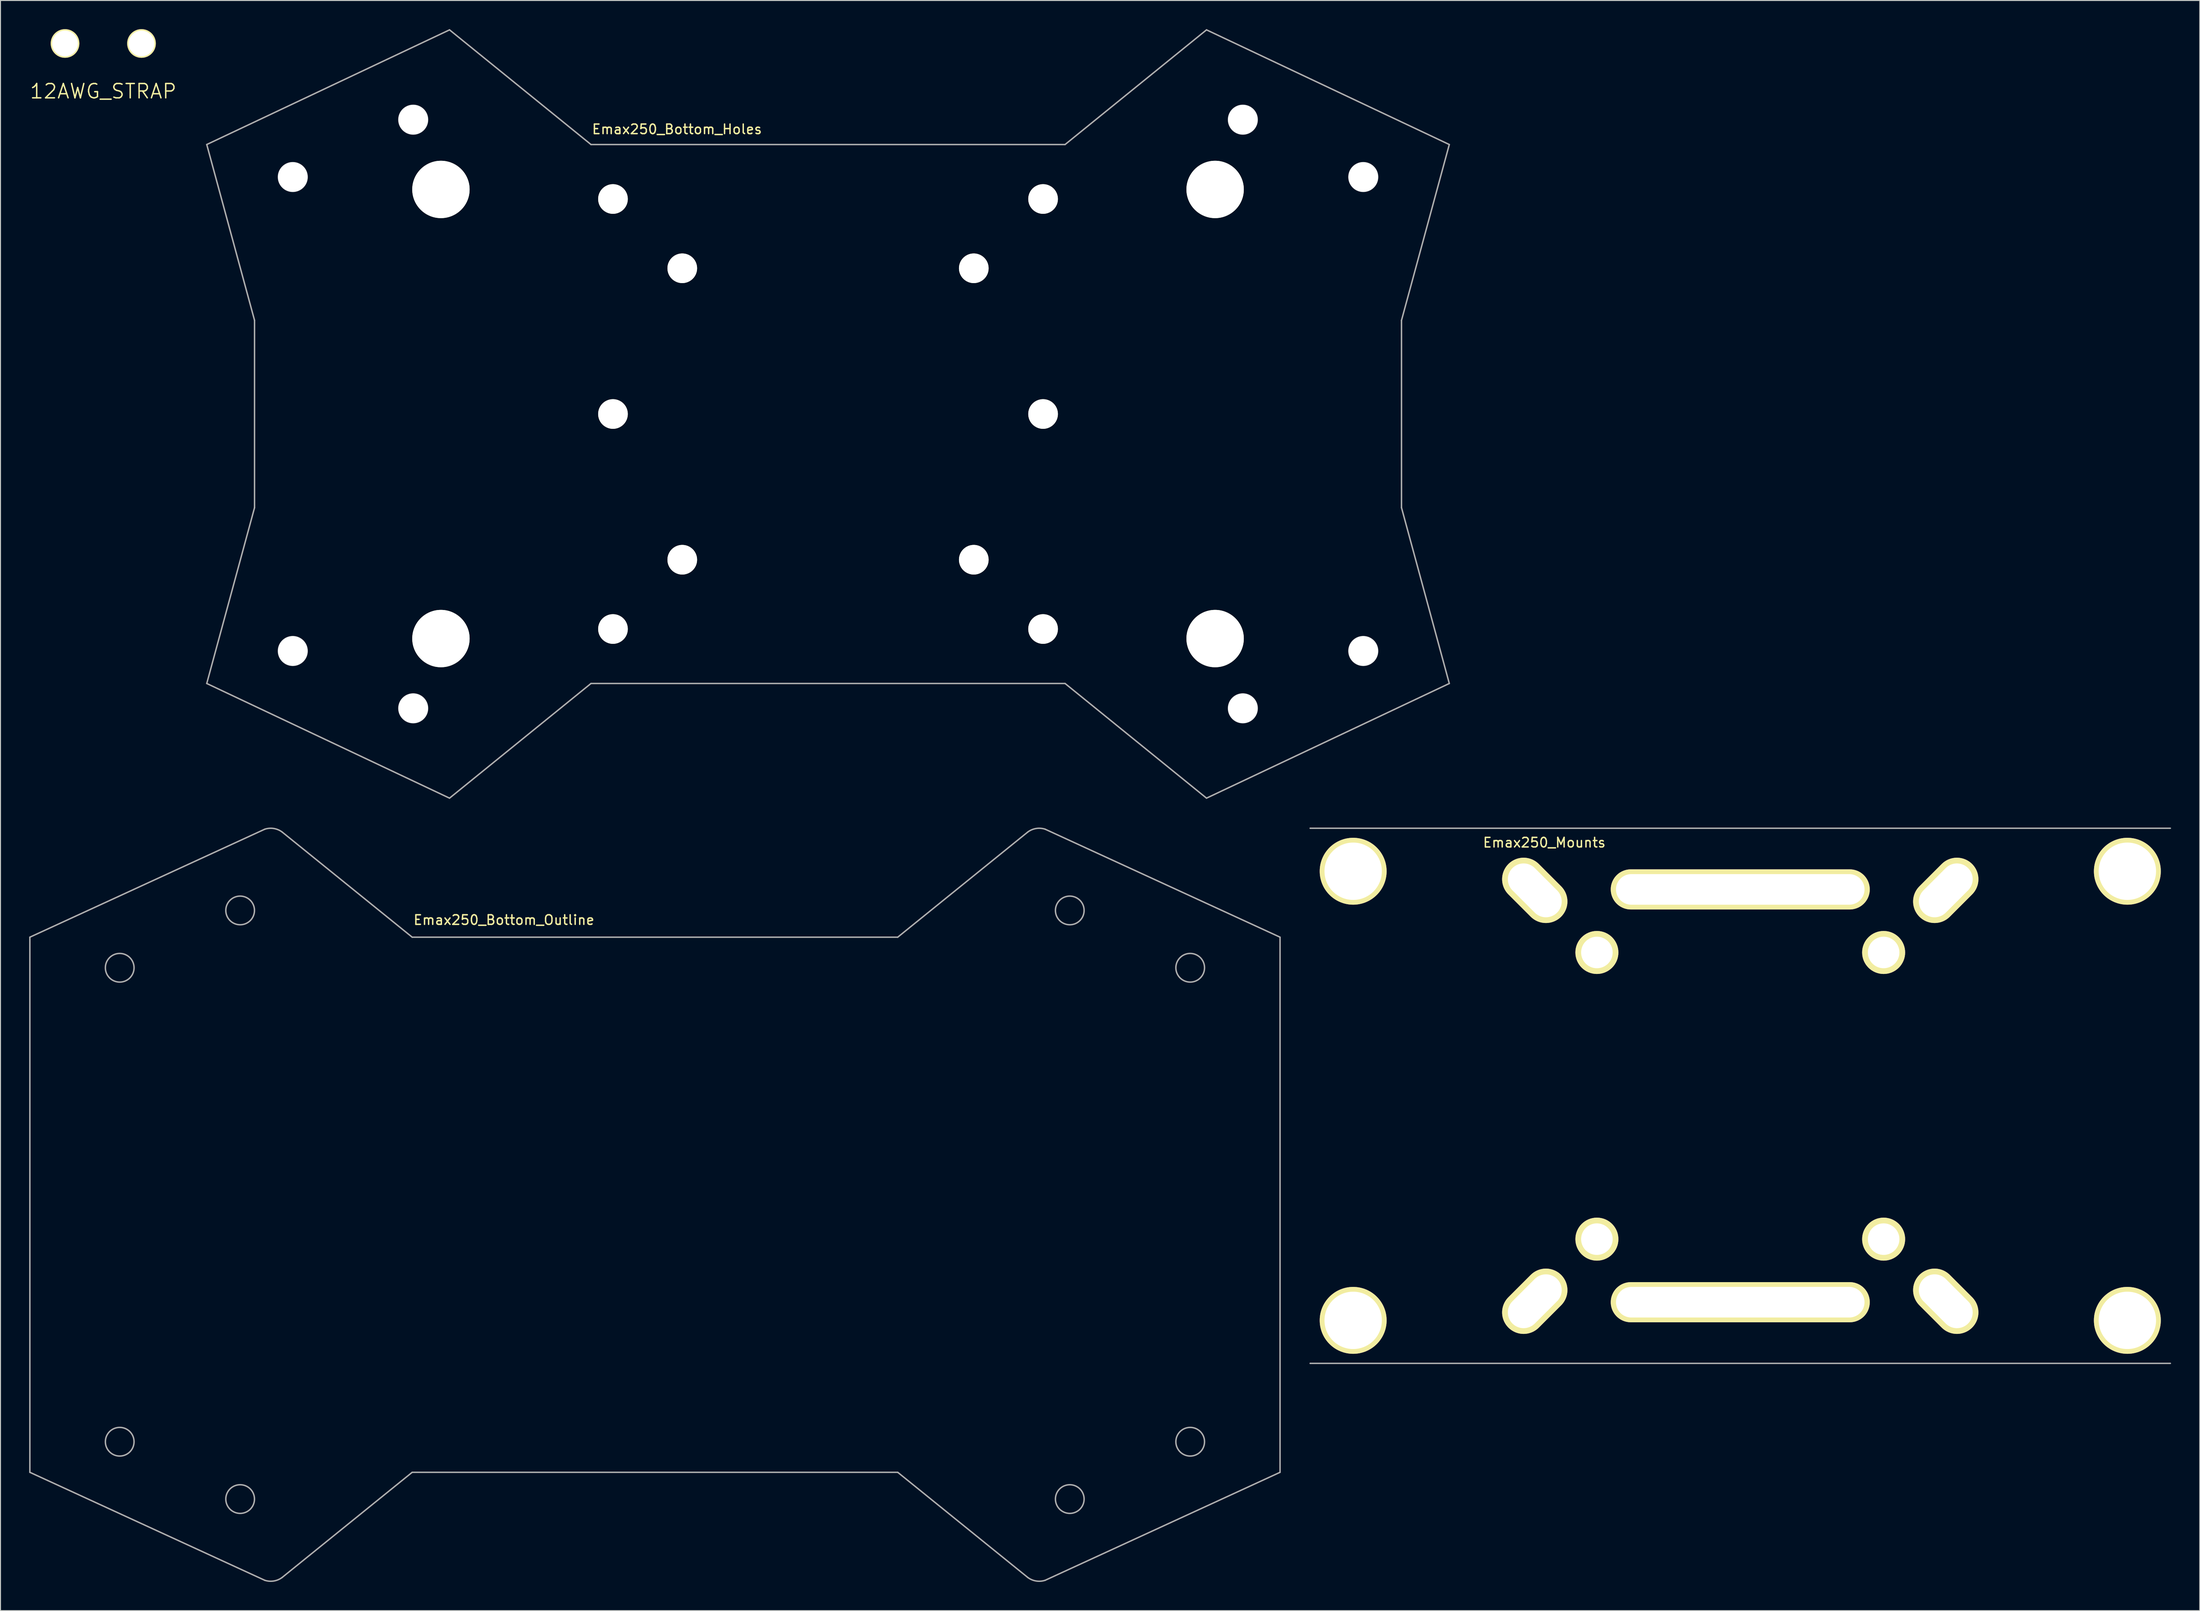
<source format=kicad_pcb>
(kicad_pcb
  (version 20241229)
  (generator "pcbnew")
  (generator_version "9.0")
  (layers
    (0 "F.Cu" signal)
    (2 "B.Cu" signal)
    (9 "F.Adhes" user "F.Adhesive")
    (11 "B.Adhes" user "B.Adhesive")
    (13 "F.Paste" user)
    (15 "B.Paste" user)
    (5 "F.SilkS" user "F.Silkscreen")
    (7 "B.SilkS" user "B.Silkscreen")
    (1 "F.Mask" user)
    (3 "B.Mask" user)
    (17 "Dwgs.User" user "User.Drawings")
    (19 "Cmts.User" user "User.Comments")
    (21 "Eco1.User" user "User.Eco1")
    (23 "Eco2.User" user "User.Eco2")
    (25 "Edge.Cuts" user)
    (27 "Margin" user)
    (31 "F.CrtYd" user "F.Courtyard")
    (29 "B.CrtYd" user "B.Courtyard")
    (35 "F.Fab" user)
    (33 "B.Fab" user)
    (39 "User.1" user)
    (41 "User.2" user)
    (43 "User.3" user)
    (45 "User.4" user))
  (footprint "Emax250_Bottom_Holes"
    (layer "F.Cu")
    (at 83.582 40.275)
    (property "Reference" "Emax250_Bottom_Holes" (at -15.8 -29.8 0) (layer "F.SilkS") (effects (font (size 1 1) (thickness 0.15))))
    (attr through_hole)
    (fp_line (start -65 -28.2) (end -60 -9.8) (stroke (width 0.15) (type solid)) (layer "F.Fab"))
    (fp_line (start -65 -28.2) (end -39.6 -40.2) (stroke (width 0.15) (type solid)) (layer "F.Fab"))
    (fp_line (start -65 28.2) (end -60 9.8) (stroke (width 0.15) (type solid)) (layer "F.Fab"))
    (fp_line (start -65 28.2) (end -39.6 40.2) (stroke (width 0.15) (type solid)) (layer "F.Fab"))
    (fp_line (start -60 -9.8) (end -60 9.8) (stroke (width 0.15) (type solid)) (layer "F.Fab"))
    (fp_line (start -24.8 -28.2) (end -39.6 -40.2) (stroke (width 0.15) (type solid)) (layer "F.Fab"))
    (fp_line (start -24.8 28.2) (end -39.6 40.2) (stroke (width 0.15) (type solid)) (layer "F.Fab"))
    (fp_line (start 24.8 -28.2) (end -24.8 -28.2) (stroke (width 0.15) (type solid)) (layer "F.Fab"))
    (fp_line (start 24.8 -28.2) (end 39.6 -40.2) (stroke (width 0.15) (type solid)) (layer "F.Fab"))
    (fp_line (start 24.8 28.2) (end -24.8 28.2) (stroke (width 0.15) (type solid)) (layer "F.Fab"))
    (fp_line (start 24.8 28.2) (end 39.6 40.2) (stroke (width 0.15) (type solid)) (layer "F.Fab"))
    (fp_line (start 60 -9.8) (end 60 9.8) (stroke (width 0.15) (type solid)) (layer "F.Fab"))
    (fp_line (start 65 -28.2) (end 39.6 -40.2) (stroke (width 0.15) (type solid)) (layer "F.Fab"))
    (fp_line (start 65 -28.2) (end 60 -9.8) (stroke (width 0.15) (type solid)) (layer "F.Fab"))
    (fp_line (start 65 28.2) (end 39.6 40.2) (stroke (width 0.15) (type solid)) (layer "F.Fab"))
    (fp_line (start 65 28.2) (end 60 9.8) (stroke (width 0.15) (type solid)) (layer "F.Fab"))
    (fp_circle (center -56 -24.8) (end -57.5 -24.8) (stroke (width 0.15) (type solid)) (fill no) (layer "F.Fab"))
    (fp_circle (center -56 24.8) (end -57.5 24.8) (stroke (width 0.15) (type solid)) (fill no) (layer "F.Fab"))
    (fp_circle (center -43.4 -30.8) (end -44.9 -30.8) (stroke (width 0.15) (type solid)) (fill no) (layer "F.Fab"))
    (fp_circle (center -43.4 30.8) (end -44.9 30.8) (stroke (width 0.15) (type solid)) (fill no) (layer "F.Fab"))
    (fp_circle (center 43.4 -30.8) (end 44.9 -30.8) (stroke (width 0.15) (type solid)) (fill no) (layer "F.Fab"))
    (fp_circle (center 43.4 30.8) (end 44.9 30.8) (stroke (width 0.15) (type solid)) (fill no) (layer "F.Fab"))
    (fp_circle (center 56 -24.8) (end 57.5 -24.8) (stroke (width 0.15) (type solid)) (fill no) (layer "F.Fab"))
    (fp_circle (center 56 24.8) (end 57.5 24.8) (stroke (width 0.15) (type solid)) (fill no) (layer "F.Fab"))
    (pad "" np_thru_hole circle (at -56 -24.8) (size 3.1 3.1) (drill 3.1) (layers "*.Cu" "*.Mask" "F.SilkS"))
    (pad "" np_thru_hole circle (at -56 24.8) (size 3.1 3.1) (drill 3.1) (layers "*.Cu" "*.Mask" "F.SilkS"))
    (pad "" np_thru_hole circle (at -43.4 -30.8) (size 3.1 3.1) (drill 3.1) (layers "*.Cu" "*.Mask" "F.SilkS"))
    (pad "" np_thru_hole circle (at -43.4 30.8) (size 3.1 3.1) (drill 3.1) (layers "*.Cu" "*.Mask" "F.SilkS"))
    (pad "" np_thru_hole circle (at -40.5 -23.5) (size 6 6) (drill 6) (layers "*.Cu" "*.Mask" "F.SilkS"))
    (pad "" np_thru_hole circle (at -40.5 23.5) (size 6 6) (drill 6) (layers "*.Cu" "*.Mask" "F.SilkS"))
    (pad "" np_thru_hole circle (at -22.5 -22.5) (size 3.1 3.1) (drill 3.1) (layers "*.Cu" "*.Mask" "F.SilkS"))
    (pad "" np_thru_hole circle (at -22.5 0) (size 3.1 3.1) (drill 3.1) (layers "*.Cu" "*.Mask" "F.SilkS"))
    (pad "" np_thru_hole circle (at -22.5 22.5) (size 3.1 3.1) (drill 3.1) (layers "*.Cu" "*.Mask" "F.SilkS"))
    (pad "" np_thru_hole circle (at -15.25 -15.25) (size 3.1 3.1) (drill 3.1) (layers "*.Cu" "*.Mask" "F.SilkS"))
    (pad "" np_thru_hole circle (at -15.25 15.25) (size 3.1 3.1) (drill 3.1) (layers "*.Cu" "*.Mask" "F.SilkS"))
    (pad "" np_thru_hole circle (at 15.25 -15.25) (size 3.1 3.1) (drill 3.1) (layers "*.Cu" "*.Mask" "F.SilkS"))
    (pad "" np_thru_hole circle (at 15.25 15.25) (size 3.1 3.1) (drill 3.1) (layers "*.Cu" "*.Mask" "F.SilkS"))
    (pad "" np_thru_hole circle (at 22.5 -22.5) (size 3.1 3.1) (drill 3.1) (layers "*.Cu" "*.Mask" "F.SilkS"))
    (pad "" np_thru_hole circle (at 22.5 0) (size 3.1 3.1) (drill 3.1) (layers "*.Cu" "*.Mask" "F.SilkS"))
    (pad "" np_thru_hole circle (at 22.5 22.5) (size 3.1 3.1) (drill 3.1) (layers "*.Cu" "*.Mask" "F.SilkS"))
    (pad "" np_thru_hole circle (at 40.5 -23.5) (size 6 6) (drill 6) (layers "*.Cu" "*.Mask" "F.SilkS"))
    (pad "" np_thru_hole circle (at 40.5 23.5) (size 6 6) (drill 6) (layers "*.Cu" "*.Mask" "F.SilkS"))
    (pad "" np_thru_hole circle (at 43.4 -30.8) (size 3.1 3.1) (drill 3.1) (layers "*.Cu" "*.Mask" "F.SilkS"))
    (pad "" np_thru_hole circle (at 43.4 30.8) (size 3.1 3.1) (drill 3.1) (layers "*.Cu" "*.Mask" "F.SilkS"))
    (pad "" np_thru_hole circle (at 56 -24.8) (size 3.1 3.1) (drill 3.1) (layers "*.Cu" "*.Mask" "F.SilkS"))
    (pad "" np_thru_hole circle (at 56 24.8) (size 3.1 3.1) (drill 3.1) (layers "*.Cu" "*.Mask" "F.SilkS")))
  (footprint "Emax250_Mounts"
    (layer "F.Cu")
    (at 179.025 111.625)
    (property "Reference" "Emax250_Mounts" (at -20.5 -26.5 0) (layer "F.SilkS") (effects (font (size 1 1) (thickness 0.15))))
    (attr through_hole)
    (fp_line (start -45 -28) (end 45 -28) (stroke (width 0.15) (type solid)) (layer "F.Fab"))
    (fp_line (start 45 28) (end -45 28) (stroke (width 0.15) (type solid)) (layer "F.Fab"))
    (pad "" np_thru_hole circle (at -40.5 -23.5) (size 7 7) (drill 6) (layers "*.Cu" "*.Mask" "F.SilkS"))
    (pad "" np_thru_hole circle (at -40.5 23.5) (size 7 7) (drill 6) (layers "*.Cu" "*.Mask" "F.SilkS"))
    (pad "" np_thru_hole oval (at -21.5 -21.5 45) (size 4.5 7.8) (drill oval 3.3 6.6) (layers "*.Cu" "*.Mask" "F.SilkS"))
    (pad "" np_thru_hole oval (at -21.5 21.5 135) (size 4.5 7.8) (drill oval 3.3 6.6) (layers "*.Cu" "*.Mask" "F.SilkS"))
    (pad "" np_thru_hole circle (at -15 -15) (size 4.5 4.5) (drill 3.3) (layers "*.Cu" "*.Mask" "F.SilkS"))
    (pad "" np_thru_hole circle (at -15 15) (size 4.5 4.5) (drill 3.3) (layers "*.Cu" "*.Mask" "F.SilkS"))
    (pad "" np_thru_hole oval (at 0 -21.6) (size 27.1 4.2) (drill oval 26 3.2) (layers "*.Cu" "*.Mask" "F.SilkS"))
    (pad "" np_thru_hole oval (at 0 21.6) (size 27.1 4.2) (drill oval 26 3.2) (layers "*.Cu" "*.Mask" "F.SilkS"))
    (pad "" np_thru_hole circle (at 15 -15) (size 4.5 4.5) (drill 3.3) (layers "*.Cu" "*.Mask" "F.SilkS"))
    (pad "" np_thru_hole circle (at 15 15) (size 4.5 4.5) (drill 3.3) (layers "*.Cu" "*.Mask" "F.SilkS"))
    (pad "" np_thru_hole oval (at 21.5 -21.5 135) (size 4.5 7.8) (drill oval 3.3 6.6) (layers "*.Cu" "*.Mask" "F.SilkS"))
    (pad "" np_thru_hole oval (at 21.5 21.5 45) (size 4.5 7.8) (drill oval 3.3 6.6) (layers "*.Cu" "*.Mask" "F.SilkS"))
    (pad "" np_thru_hole circle (at 40.5 -23.5) (size 7 7) (drill 6) (layers "*.Cu" "*.Mask" "F.SilkS"))
    (pad "" np_thru_hole circle (at 40.5 23.5) (size 7 7) (drill 6) (layers "*.Cu" "*.Mask" "F.SilkS")))
  (footprint "Emax250_Bottom_Outline"
    (layer "F.Cu")
    (at 65.475 123.025)
    (property "Reference" "Emax250_Bottom_Outline" (at -15.8 -29.8 0) (layer "F.SilkS") (effects (font (size 1 1) (thickness 0.15))))
    (attr through_hole)
    (fp_line (start -65.4 -28) (end -40.825 -39.3) (stroke (width 0.15) (type solid)) (layer "F.Fab"))
    (fp_line (start -65.4 28) (end -65.4 -28) (stroke (width 0.15) (type solid)) (layer "F.Fab"))
    (fp_line (start -65.4 28) (end -40.825 39.3) (stroke (width 0.15) (type solid)) (layer "F.Fab"))
    (fp_line (start -25.4 -28) (end -39 -39) (stroke (width 0.15) (type solid)) (layer "F.Fab"))
    (fp_line (start -25.4 28) (end -39 39) (stroke (width 0.15) (type solid)) (layer "F.Fab"))
    (fp_line (start 25.4 -28) (end -25.4 -28) (stroke (width 0.15) (type solid)) (layer "F.Fab"))
    (fp_line (start 25.4 -28) (end 39 -39) (stroke (width 0.15) (type solid)) (layer "F.Fab"))
    (fp_line (start 25.4 28) (end -25.4 28) (stroke (width 0.15) (type solid)) (layer "F.Fab"))
    (fp_line (start 25.4 28) (end 39 39) (stroke (width 0.15) (type solid)) (layer "F.Fab"))
    (fp_line (start 65.4 -28) (end 40.825 -39.3) (stroke (width 0.15) (type solid)) (layer "F.Fab"))
    (fp_line (start 65.4 -28) (end 65.4 28) (stroke (width 0.15) (type solid)) (layer "F.Fab"))
    (fp_line (start 65.4 28) (end 40.825 39.3) (stroke (width 0.15) (type solid)) (layer "F.Fab"))
    (fp_arc (start -40.822352 -39.300705) (mid -39.874385 -39.373316) (end -39 -39) (stroke (width 0.15) (type solid)) (layer "F.Fab"))
    (fp_arc (start -39 39) (mid -39.875734 39.373538) (end -40.824951 39.299852) (stroke (width 0.15) (type solid)) (layer "F.Fab"))
    (fp_arc (start 39 -39) (mid 39.874385 -39.373316) (end 40.822352 -39.300705) (stroke (width 0.15) (type solid)) (layer "F.Fab"))
    (fp_arc (start 40.822352 39.300705) (mid 39.874385 39.373316) (end 39 39) (stroke (width 0.15) (type solid)) (layer "F.Fab"))
    (fp_circle (center -56 -24.8) (end -57.5 -24.8) (stroke (width 0.15) (type solid)) (fill no) (layer "F.Fab"))
    (fp_circle (center -56 24.8) (end -57.5 24.8) (stroke (width 0.15) (type solid)) (fill no) (layer "F.Fab"))
    (fp_circle (center -43.4 -30.8) (end -44.9 -30.8) (stroke (width 0.15) (type solid)) (fill no) (layer "F.Fab"))
    (fp_circle (center -43.4 30.8) (end -44.9 30.8) (stroke (width 0.15) (type solid)) (fill no) (layer "F.Fab"))
    (fp_circle (center 43.4 -30.8) (end 44.9 -30.8) (stroke (width 0.15) (type solid)) (fill no) (layer "F.Fab"))
    (fp_circle (center 43.4 30.8) (end 44.9 30.8) (stroke (width 0.15) (type solid)) (fill no) (layer "F.Fab"))
    (fp_circle (center 56 -24.8) (end 57.5 -24.8) (stroke (width 0.15) (type solid)) (fill no) (layer "F.Fab"))
    (fp_circle (center 56 24.8) (end 57.5 24.8) (stroke (width 0.15) (type solid)) (fill no) (layer "F.Fab")))
  (footprint "12AWG_STRAP"
    (layer "F.Cu")
    (at 7.754 1.5)
    (property "Reference" "12AWG_STRAP" (at 0 5 0) (layer "F.SilkS") (effects (font (size 1.5 1.5) (thickness 0.15))))
    (attr through_hole)
    (pad "" np_thru_hole circle (at -4 0) (size 3 3) (drill 2.7) (layers "*.Cu" "*.Mask" "F.SilkS"))
    (pad "" np_thru_hole circle (at 4 0) (size 3 3) (drill 2.7) (layers "*.Cu" "*.Mask" "F.SilkS")))
  (gr_rect
    (start -3 -3)
    (end 227.1 165.5)
    (stroke (width 0.1) (type default))
    (fill no)
    (layer "Edge.Cuts")))
</source>
